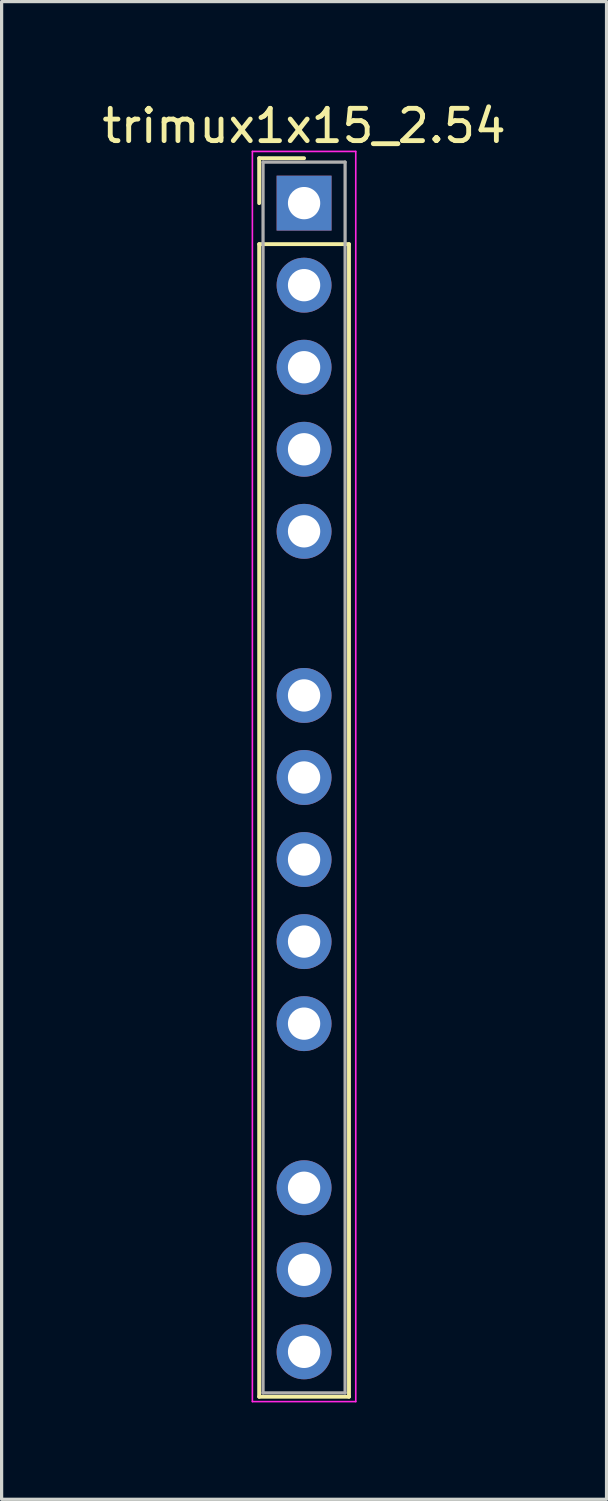
<source format=kicad_pcb>
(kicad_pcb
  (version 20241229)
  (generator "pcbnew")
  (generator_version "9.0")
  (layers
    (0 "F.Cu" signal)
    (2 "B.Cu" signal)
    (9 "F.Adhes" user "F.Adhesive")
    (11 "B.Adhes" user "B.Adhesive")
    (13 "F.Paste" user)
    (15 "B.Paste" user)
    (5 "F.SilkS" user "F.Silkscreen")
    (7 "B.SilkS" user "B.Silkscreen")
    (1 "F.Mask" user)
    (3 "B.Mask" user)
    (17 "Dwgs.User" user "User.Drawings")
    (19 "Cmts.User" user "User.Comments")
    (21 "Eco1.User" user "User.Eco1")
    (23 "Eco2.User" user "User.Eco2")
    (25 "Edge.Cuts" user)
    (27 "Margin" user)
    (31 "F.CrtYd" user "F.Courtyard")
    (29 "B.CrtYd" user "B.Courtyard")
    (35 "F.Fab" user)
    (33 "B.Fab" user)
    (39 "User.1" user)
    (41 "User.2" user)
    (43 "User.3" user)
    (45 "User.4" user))
  (footprint "trimux1x15_2.54"
    (layer "F.Cu")
    (at 6.363 3.238)
    (property "Reference" "trimux1x15_2.54" (at 0 -2.39 0) (layer "F.SilkS") (effects (font (size 1 1) (thickness 0.15))))
    (attr through_hole)
    (fp_line (start -1.39 -1.39) (end 0 -1.39) (stroke (width 0.12) (type solid)) (layer "F.SilkS"))
    (fp_line (start -1.39 0) (end -1.39 -1.39) (stroke (width 0.12) (type solid)) (layer "F.SilkS"))
    (fp_line (start -1.39 1.27) (end -1.39 36.95) (stroke (width 0.12) (type solid)) (layer "F.SilkS"))
    (fp_line (start -1.39 36.95) (end 1.39 36.95) (stroke (width 0.12) (type solid)) (layer "F.SilkS"))
    (fp_line (start 1.39 1.27) (end -1.39 1.27) (stroke (width 0.12) (type solid)) (layer "F.SilkS"))
    (fp_line (start 1.39 36.95) (end 1.39 1.27) (stroke (width 0.12) (type solid)) (layer "F.SilkS"))
    (fp_line (start -1.6 -1.6) (end -1.6 37.1) (stroke (width 0.05) (type solid)) (layer "F.CrtYd"))
    (fp_line (start -1.6 37.1) (end 1.6 37.1) (stroke (width 0.05) (type solid)) (layer "F.CrtYd"))
    (fp_line (start 1.6 -1.6) (end -1.6 -1.6) (stroke (width 0.05) (type solid)) (layer "F.CrtYd"))
    (fp_line (start 1.6 37.1) (end 1.6 -1.6) (stroke (width 0.05) (type solid)) (layer "F.CrtYd"))
    (fp_line (start -1.27 -1.27) (end -1.27 36.83) (stroke (width 0.1) (type solid)) (layer "F.Fab"))
    (fp_line (start -1.27 36.83) (end 1.27 36.83) (stroke (width 0.1) (type solid)) (layer "F.Fab"))
    (fp_line (start 1.27 -1.27) (end -1.27 -1.27) (stroke (width 0.1) (type solid)) (layer "F.Fab"))
    (fp_line (start 1.27 36.83) (end 1.27 -1.27) (stroke (width 0.1) (type solid)) (layer "F.Fab"))
    (pad "1" thru_hole rect (at 0 0) (size 1.7 1.7) (drill 1) (layers "*.Cu" "*.Mask"))
    (pad "2" thru_hole oval (at 0 2.54) (size 1.7 1.7) (drill 1) (layers "*.Cu" "*.Mask"))
    (pad "3" thru_hole oval (at 0 5.08) (size 1.7 1.7) (drill 1) (layers "*.Cu" "*.Mask"))
    (pad "4" thru_hole oval (at 0 7.62) (size 1.7 1.7) (drill 1) (layers "*.Cu" "*.Mask"))
    (pad "5" thru_hole oval (at 0 10.16) (size 1.7 1.7) (drill 1) (layers "*.Cu" "*.Mask"))
    (pad "7" thru_hole oval (at 0 15.24) (size 1.7 1.7) (drill 1) (layers "*.Cu" "*.Mask"))
    (pad "8" thru_hole oval (at 0 17.78) (size 1.7 1.7) (drill 1) (layers "*.Cu" "*.Mask"))
    (pad "9" thru_hole oval (at 0 20.32) (size 1.7 1.7) (drill 1) (layers "*.Cu" "*.Mask"))
    (pad "10" thru_hole oval (at 0 22.86) (size 1.7 1.7) (drill 1) (layers "*.Cu" "*.Mask"))
    (pad "11" thru_hole oval (at 0 25.4) (size 1.7 1.7) (drill 1) (layers "*.Cu" "*.Mask"))
    (pad "13" thru_hole oval (at 0 30.48) (size 1.7 1.7) (drill 1) (layers "*.Cu" "*.Mask"))
    (pad "14" thru_hole oval (at 0 33.02) (size 1.7 1.7) (drill 1) (layers "*.Cu" "*.Mask"))
    (pad "15" thru_hole oval (at 0 35.56) (size 1.7 1.7) (drill 1) (layers "*.Cu" "*.Mask")))
  (gr_rect
    (start -3 -3)
    (end 15.726 43.363)
    (stroke (width 0.1) (type default))
    (fill no)
    (layer "Edge.Cuts")))
</source>
